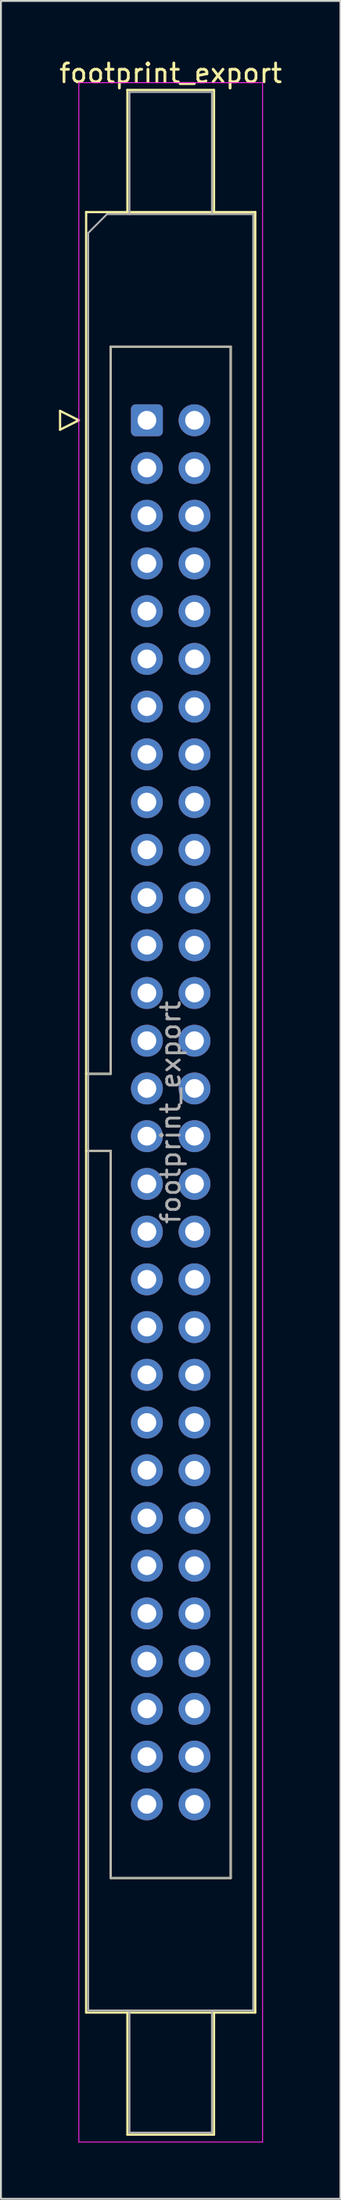
<source format=kicad_pcb>
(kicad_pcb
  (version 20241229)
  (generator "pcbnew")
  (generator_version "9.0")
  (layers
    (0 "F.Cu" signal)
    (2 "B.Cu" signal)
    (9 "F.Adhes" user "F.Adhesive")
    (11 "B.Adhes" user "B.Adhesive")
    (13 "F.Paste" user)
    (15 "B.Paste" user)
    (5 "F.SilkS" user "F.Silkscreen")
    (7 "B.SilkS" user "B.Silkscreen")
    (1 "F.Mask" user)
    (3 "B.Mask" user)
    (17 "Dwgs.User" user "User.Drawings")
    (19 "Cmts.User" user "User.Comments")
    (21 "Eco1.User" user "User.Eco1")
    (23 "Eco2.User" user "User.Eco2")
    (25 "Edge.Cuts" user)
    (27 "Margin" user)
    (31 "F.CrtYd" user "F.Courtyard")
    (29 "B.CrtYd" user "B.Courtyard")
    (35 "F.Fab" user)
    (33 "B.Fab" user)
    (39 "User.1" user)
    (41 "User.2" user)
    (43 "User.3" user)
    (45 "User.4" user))
  (footprint "footprint_export"
    (layer "F.Cu")
    (at 4.784 19.318)
    (property "Reference" "footprint_export" (at 1.27 -18.47 0) (layer "F.SilkS") (effects (font (size 1 1) (thickness 0.15))))
    (attr through_hole)
    (fp_line (start -4.63 -0.5) (end -4.63 0.5) (stroke (width 0.12) (type solid)) (layer "F.SilkS"))
    (fp_line (start -4.63 0.5) (end -3.63 0) (stroke (width 0.12) (type solid)) (layer "F.SilkS"))
    (fp_line (start -3.63 0) (end -4.63 -0.5) (stroke (width 0.12) (type solid)) (layer "F.SilkS"))
    (fp_line (start -3.24 -11.08) (end 5.78 -11.08) (stroke (width 0.12) (type solid)) (layer "F.SilkS"))
    (fp_line (start -3.24 34.78) (end -1.93 34.78) (stroke (width 0.12) (type solid)) (layer "F.SilkS"))
    (fp_line (start -3.24 84.74) (end -3.24 -11.08) (stroke (width 0.12) (type solid)) (layer "F.SilkS"))
    (fp_line (start -1.93 -3.92) (end 4.47 -3.92) (stroke (width 0.12) (type solid)) (layer "F.SilkS"))
    (fp_line (start -1.93 34.78) (end -1.93 -3.92) (stroke (width 0.12) (type solid)) (layer "F.SilkS"))
    (fp_line (start -1.93 38.88) (end -3.24 38.88) (stroke (width 0.12) (type solid)) (layer "F.SilkS"))
    (fp_line (start -1.93 38.88) (end -1.93 38.88) (stroke (width 0.12) (type solid)) (layer "F.SilkS"))
    (fp_line (start -1.93 77.58) (end -1.93 38.88) (stroke (width 0.12) (type solid)) (layer "F.SilkS"))
    (fp_line (start -1.04 -17.58) (end 3.58 -17.58) (stroke (width 0.12) (type solid)) (layer "F.SilkS"))
    (fp_line (start -1.04 -11.08) (end -1.04 -17.58) (stroke (width 0.12) (type solid)) (layer "F.SilkS"))
    (fp_line (start -1.04 84.74) (end -1.04 91.24) (stroke (width 0.12) (type solid)) (layer "F.SilkS"))
    (fp_line (start -1.04 91.24) (end 3.58 91.24) (stroke (width 0.12) (type solid)) (layer "F.SilkS"))
    (fp_line (start 3.58 -17.58) (end 3.58 -11.08) (stroke (width 0.12) (type solid)) (layer "F.SilkS"))
    (fp_line (start 3.58 91.24) (end 3.58 84.74) (stroke (width 0.12) (type solid)) (layer "F.SilkS"))
    (fp_line (start 4.47 -3.92) (end 4.47 77.58) (stroke (width 0.12) (type solid)) (layer "F.SilkS"))
    (fp_line (start 4.47 77.58) (end -1.93 77.58) (stroke (width 0.12) (type solid)) (layer "F.SilkS"))
    (fp_line (start 5.78 -11.08) (end 5.78 84.74) (stroke (width 0.12) (type solid)) (layer "F.SilkS"))
    (fp_line (start 5.78 84.74) (end -3.24 84.74) (stroke (width 0.12) (type solid)) (layer "F.SilkS"))
    (fp_line (start -3.63 -17.97) (end -3.63 91.63) (stroke (width 0.05) (type solid)) (layer "F.CrtYd"))
    (fp_line (start -3.63 91.63) (end 6.17 91.63) (stroke (width 0.05) (type solid)) (layer "F.CrtYd"))
    (fp_line (start 6.17 -17.97) (end -3.63 -17.97) (stroke (width 0.05) (type solid)) (layer "F.CrtYd"))
    (fp_line (start 6.17 91.63) (end 6.17 -17.97) (stroke (width 0.05) (type solid)) (layer "F.CrtYd"))
    (fp_line (start -3.13 -9.97) (end -2.13 -10.97) (stroke (width 0.1) (type solid)) (layer "F.Fab"))
    (fp_line (start -3.13 34.78) (end -1.93 34.78) (stroke (width 0.1) (type solid)) (layer "F.Fab"))
    (fp_line (start -3.13 84.63) (end -3.13 -9.97) (stroke (width 0.1) (type solid)) (layer "F.Fab"))
    (fp_line (start -2.13 -10.97) (end 5.67 -10.97) (stroke (width 0.1) (type solid)) (layer "F.Fab"))
    (fp_line (start -1.93 -3.92) (end 4.47 -3.92) (stroke (width 0.1) (type solid)) (layer "F.Fab"))
    (fp_line (start -1.93 34.78) (end -1.93 -3.92) (stroke (width 0.1) (type solid)) (layer "F.Fab"))
    (fp_line (start -1.93 38.88) (end -3.13 38.88) (stroke (width 0.1) (type solid)) (layer "F.Fab"))
    (fp_line (start -1.93 38.88) (end -1.93 38.88) (stroke (width 0.1) (type solid)) (layer "F.Fab"))
    (fp_line (start -1.93 77.58) (end -1.93 38.88) (stroke (width 0.1) (type solid)) (layer "F.Fab"))
    (fp_line (start -0.93 -17.47) (end 3.47 -17.47) (stroke (width 0.1) (type solid)) (layer "F.Fab"))
    (fp_line (start -0.93 -10.97) (end -0.93 -17.47) (stroke (width 0.1) (type solid)) (layer "F.Fab"))
    (fp_line (start -0.93 84.63) (end -0.93 91.13) (stroke (width 0.1) (type solid)) (layer "F.Fab"))
    (fp_line (start -0.93 91.13) (end 3.47 91.13) (stroke (width 0.1) (type solid)) (layer "F.Fab"))
    (fp_line (start 3.47 -17.47) (end 3.47 -10.97) (stroke (width 0.1) (type solid)) (layer "F.Fab"))
    (fp_line (start 3.47 91.13) (end 3.47 84.63) (stroke (width 0.1) (type solid)) (layer "F.Fab"))
    (fp_line (start 4.47 -3.92) (end 4.47 77.58) (stroke (width 0.1) (type solid)) (layer "F.Fab"))
    (fp_line (start 4.47 77.58) (end -1.93 77.58) (stroke (width 0.1) (type solid)) (layer "F.Fab"))
    (fp_line (start 5.67 -10.97) (end 5.67 84.63) (stroke (width 0.1) (type solid)) (layer "F.Fab"))
    (fp_line (start 5.67 84.63) (end -3.13 84.63) (stroke (width 0.1) (type solid)) (layer "F.Fab"))
    (fp_text user "${REFERENCE}" (at 1.27 36.83 90) (layer "F.Fab") (effects (font (size 1 1) (thickness 0.15))))
    (pad "1" thru_hole roundrect (at 0 0) (size 1.7 1.7) (drill 1) (layers "*.Cu" "*.Mask") (roundrect_rratio 0.147))
    (pad "2" thru_hole circle (at 2.54 0) (size 1.7 1.7) (drill 1) (layers "*.Cu" "*.Mask"))
    (pad "3" thru_hole circle (at 0 2.54) (size 1.7 1.7) (drill 1) (layers "*.Cu" "*.Mask"))
    (pad "4" thru_hole circle (at 2.54 2.54) (size 1.7 1.7) (drill 1) (layers "*.Cu" "*.Mask"))
    (pad "5" thru_hole circle (at 0 5.08) (size 1.7 1.7) (drill 1) (layers "*.Cu" "*.Mask"))
    (pad "6" thru_hole circle (at 2.54 5.08) (size 1.7 1.7) (drill 1) (layers "*.Cu" "*.Mask"))
    (pad "7" thru_hole circle (at 0 7.62) (size 1.7 1.7) (drill 1) (layers "*.Cu" "*.Mask"))
    (pad "8" thru_hole circle (at 2.54 7.62) (size 1.7 1.7) (drill 1) (layers "*.Cu" "*.Mask"))
    (pad "9" thru_hole circle (at 0 10.16) (size 1.7 1.7) (drill 1) (layers "*.Cu" "*.Mask"))
    (pad "10" thru_hole circle (at 2.54 10.16) (size 1.7 1.7) (drill 1) (layers "*.Cu" "*.Mask"))
    (pad "11" thru_hole circle (at 0 12.7) (size 1.7 1.7) (drill 1) (layers "*.Cu" "*.Mask"))
    (pad "12" thru_hole circle (at 2.54 12.7) (size 1.7 1.7) (drill 1) (layers "*.Cu" "*.Mask"))
    (pad "13" thru_hole circle (at 0 15.24) (size 1.7 1.7) (drill 1) (layers "*.Cu" "*.Mask"))
    (pad "14" thru_hole circle (at 2.54 15.24) (size 1.7 1.7) (drill 1) (layers "*.Cu" "*.Mask"))
    (pad "15" thru_hole circle (at 0 17.78) (size 1.7 1.7) (drill 1) (layers "*.Cu" "*.Mask"))
    (pad "16" thru_hole circle (at 2.54 17.78) (size 1.7 1.7) (drill 1) (layers "*.Cu" "*.Mask"))
    (pad "17" thru_hole circle (at 0 20.32) (size 1.7 1.7) (drill 1) (layers "*.Cu" "*.Mask"))
    (pad "18" thru_hole circle (at 2.54 20.32) (size 1.7 1.7) (drill 1) (layers "*.Cu" "*.Mask"))
    (pad "19" thru_hole circle (at 0 22.86) (size 1.7 1.7) (drill 1) (layers "*.Cu" "*.Mask"))
    (pad "20" thru_hole circle (at 2.54 22.86) (size 1.7 1.7) (drill 1) (layers "*.Cu" "*.Mask"))
    (pad "21" thru_hole circle (at 0 25.4) (size 1.7 1.7) (drill 1) (layers "*.Cu" "*.Mask"))
    (pad "22" thru_hole circle (at 2.54 25.4) (size 1.7 1.7) (drill 1) (layers "*.Cu" "*.Mask"))
    (pad "23" thru_hole circle (at 0 27.94) (size 1.7 1.7) (drill 1) (layers "*.Cu" "*.Mask"))
    (pad "24" thru_hole circle (at 2.54 27.94) (size 1.7 1.7) (drill 1) (layers "*.Cu" "*.Mask"))
    (pad "25" thru_hole circle (at 0 30.48) (size 1.7 1.7) (drill 1) (layers "*.Cu" "*.Mask"))
    (pad "26" thru_hole circle (at 2.54 30.48) (size 1.7 1.7) (drill 1) (layers "*.Cu" "*.Mask"))
    (pad "27" thru_hole circle (at 0 33.02) (size 1.7 1.7) (drill 1) (layers "*.Cu" "*.Mask"))
    (pad "28" thru_hole circle (at 2.54 33.02) (size 1.7 1.7) (drill 1) (layers "*.Cu" "*.Mask"))
    (pad "29" thru_hole circle (at 0 35.56) (size 1.7 1.7) (drill 1) (layers "*.Cu" "*.Mask"))
    (pad "30" thru_hole circle (at 2.54 35.56) (size 1.7 1.7) (drill 1) (layers "*.Cu" "*.Mask"))
    (pad "31" thru_hole circle (at 0 38.1) (size 1.7 1.7) (drill 1) (layers "*.Cu" "*.Mask"))
    (pad "32" thru_hole circle (at 2.54 38.1) (size 1.7 1.7) (drill 1) (layers "*.Cu" "*.Mask"))
    (pad "33" thru_hole circle (at 0 40.64) (size 1.7 1.7) (drill 1) (layers "*.Cu" "*.Mask"))
    (pad "34" thru_hole circle (at 2.54 40.64) (size 1.7 1.7) (drill 1) (layers "*.Cu" "*.Mask"))
    (pad "35" thru_hole circle (at 0 43.18) (size 1.7 1.7) (drill 1) (layers "*.Cu" "*.Mask"))
    (pad "36" thru_hole circle (at 2.54 43.18) (size 1.7 1.7) (drill 1) (layers "*.Cu" "*.Mask"))
    (pad "37" thru_hole circle (at 0 45.72) (size 1.7 1.7) (drill 1) (layers "*.Cu" "*.Mask"))
    (pad "38" thru_hole circle (at 2.54 45.72) (size 1.7 1.7) (drill 1) (layers "*.Cu" "*.Mask"))
    (pad "39" thru_hole circle (at 0 48.26) (size 1.7 1.7) (drill 1) (layers "*.Cu" "*.Mask"))
    (pad "40" thru_hole circle (at 2.54 48.26) (size 1.7 1.7) (drill 1) (layers "*.Cu" "*.Mask"))
    (pad "41" thru_hole circle (at 0 50.8) (size 1.7 1.7) (drill 1) (layers "*.Cu" "*.Mask"))
    (pad "42" thru_hole circle (at 2.54 50.8) (size 1.7 1.7) (drill 1) (layers "*.Cu" "*.Mask"))
    (pad "43" thru_hole circle (at 0 53.34) (size 1.7 1.7) (drill 1) (layers "*.Cu" "*.Mask"))
    (pad "44" thru_hole circle (at 2.54 53.34) (size 1.7 1.7) (drill 1) (layers "*.Cu" "*.Mask"))
    (pad "45" thru_hole circle (at 0 55.88) (size 1.7 1.7) (drill 1) (layers "*.Cu" "*.Mask"))
    (pad "46" thru_hole circle (at 2.54 55.88) (size 1.7 1.7) (drill 1) (layers "*.Cu" "*.Mask"))
    (pad "47" thru_hole circle (at 0 58.42) (size 1.7 1.7) (drill 1) (layers "*.Cu" "*.Mask"))
    (pad "48" thru_hole circle (at 2.54 58.42) (size 1.7 1.7) (drill 1) (layers "*.Cu" "*.Mask"))
    (pad "49" thru_hole circle (at 0 60.96) (size 1.7 1.7) (drill 1) (layers "*.Cu" "*.Mask"))
    (pad "50" thru_hole circle (at 2.54 60.96) (size 1.7 1.7) (drill 1) (layers "*.Cu" "*.Mask"))
    (pad "51" thru_hole circle (at 0 63.5) (size 1.7 1.7) (drill 1) (layers "*.Cu" "*.Mask"))
    (pad "52" thru_hole circle (at 2.54 63.5) (size 1.7 1.7) (drill 1) (layers "*.Cu" "*.Mask"))
    (pad "53" thru_hole circle (at 0 66.04) (size 1.7 1.7) (drill 1) (layers "*.Cu" "*.Mask"))
    (pad "54" thru_hole circle (at 2.54 66.04) (size 1.7 1.7) (drill 1) (layers "*.Cu" "*.Mask"))
    (pad "55" thru_hole circle (at 0 68.58) (size 1.7 1.7) (drill 1) (layers "*.Cu" "*.Mask"))
    (pad "56" thru_hole circle (at 2.54 68.58) (size 1.7 1.7) (drill 1) (layers "*.Cu" "*.Mask"))
    (pad "57" thru_hole circle (at 0 71.12) (size 1.7 1.7) (drill 1) (layers "*.Cu" "*.Mask"))
    (pad "58" thru_hole circle (at 2.54 71.12) (size 1.7 1.7) (drill 1) (layers "*.Cu" "*.Mask"))
    (pad "59" thru_hole circle (at 0 73.66) (size 1.7 1.7) (drill 1) (layers "*.Cu" "*.Mask"))
    (pad "60" thru_hole circle (at 2.54 73.66) (size 1.7 1.7) (drill 1) (layers "*.Cu" "*.Mask")))
  (gr_rect
    (start -3 -3)
    (end 15.107 113.973)
    (stroke (width 0.1) (type default))
    (fill no)
    (layer "Edge.Cuts")))
</source>
